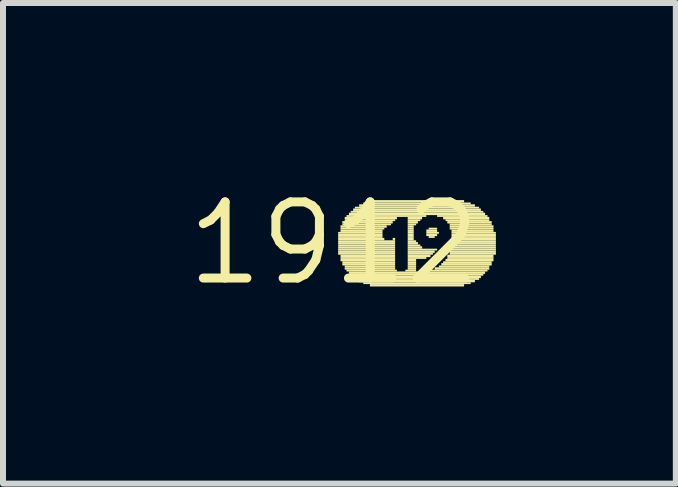
<source format=kicad_pcb>
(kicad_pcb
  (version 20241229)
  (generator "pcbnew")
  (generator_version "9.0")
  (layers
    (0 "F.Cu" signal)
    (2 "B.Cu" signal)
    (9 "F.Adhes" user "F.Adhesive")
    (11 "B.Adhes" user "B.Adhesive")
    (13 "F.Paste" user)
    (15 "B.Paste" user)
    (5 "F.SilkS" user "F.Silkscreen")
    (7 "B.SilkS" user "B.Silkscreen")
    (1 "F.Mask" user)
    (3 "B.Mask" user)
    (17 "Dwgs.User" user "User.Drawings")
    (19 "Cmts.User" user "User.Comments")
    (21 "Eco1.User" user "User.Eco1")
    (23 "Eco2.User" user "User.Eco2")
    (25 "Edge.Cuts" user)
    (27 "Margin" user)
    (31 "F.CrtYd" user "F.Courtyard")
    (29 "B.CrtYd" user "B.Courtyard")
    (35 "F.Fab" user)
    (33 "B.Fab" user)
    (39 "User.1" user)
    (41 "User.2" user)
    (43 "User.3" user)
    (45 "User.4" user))
  (footprint "1912"
    (layer "F.Cu")
    (at 2.517 1.006)
    (property "Reference" "1912" (at 0 0 0) (layer "F.SilkS") (effects (font (size 1.27 1.27) (thickness 0.15))))
    (fp_poly (pts (xy 0.07 -0.16) (xy 0.81 -0.16) (xy 0.81 -0.19) (xy 0.07 -0.19)) (stroke (width 0) (type default)) (fill yes) (layer "F.SilkS"))
    (fp_poly (pts (xy 0.07 -0.12) (xy 0.81 -0.12) (xy 0.81 -0.16) (xy 0.07 -0.16)) (stroke (width 0) (type default)) (fill yes) (layer "F.SilkS"))
    (fp_poly (pts (xy 0.07 -0.09) (xy 0.81 -0.09) (xy 0.81 -0.12) (xy 0.07 -0.12)) (stroke (width 0) (type default)) (fill yes) (layer "F.SilkS"))
    (fp_poly (pts (xy 0.07 -0.05) (xy 0.84 -0.05) (xy 0.84 -0.09) (xy 0.07 -0.09)) (stroke (width 0) (type default)) (fill yes) (layer "F.SilkS"))
    (fp_poly (pts (xy 0.07 -0.02) (xy 1.02 -0.02) (xy 1.02 -0.05) (xy 0.07 -0.05)) (stroke (width 0) (type default)) (fill yes) (layer "F.SilkS"))
    (fp_poly (pts (xy 0.07 0.02) (xy 1.02 0.02) (xy 1.02 -0.02) (xy 0.07 -0.02)) (stroke (width 0) (type default)) (fill yes) (layer "F.SilkS"))
    (fp_poly (pts (xy 0.07 0.05) (xy 1.02 0.05) (xy 1.02 0.02) (xy 0.07 0.02)) (stroke (width 0) (type default)) (fill yes) (layer "F.SilkS"))
    (fp_poly (pts (xy 0.07 0.09) (xy 1.02 0.09) (xy 1.02 0.05) (xy 0.07 0.05)) (stroke (width 0) (type default)) (fill yes) (layer "F.SilkS"))
    (fp_poly (pts (xy 0.07 0.12) (xy 1.02 0.12) (xy 1.02 0.09) (xy 0.07 0.09)) (stroke (width 0) (type default)) (fill yes) (layer "F.SilkS"))
    (fp_poly (pts (xy 0.07 0.16) (xy 1.02 0.16) (xy 1.02 0.12) (xy 0.07 0.12)) (stroke (width 0) (type default)) (fill yes) (layer "F.SilkS"))
    (fp_poly (pts (xy 0.07 0.19) (xy 1.02 0.19) (xy 1.02 0.16) (xy 0.07 0.16)) (stroke (width 0) (type default)) (fill yes) (layer "F.SilkS"))
    (fp_poly (pts (xy 0.11 -0.26) (xy 0.88 -0.26) (xy 0.88 -0.3) (xy 0.11 -0.3)) (stroke (width 0) (type default)) (fill yes) (layer "F.SilkS"))
    (fp_poly (pts (xy 0.11 -0.23) (xy 0.84 -0.23) (xy 0.84 -0.26) (xy 0.11 -0.26)) (stroke (width 0) (type default)) (fill yes) (layer "F.SilkS"))
    (fp_poly (pts (xy 0.11 -0.19) (xy 0.81 -0.19) (xy 0.81 -0.23) (xy 0.11 -0.23)) (stroke (width 0) (type default)) (fill yes) (layer "F.SilkS"))
    (fp_poly (pts (xy 0.11 0.23) (xy 1.02 0.23) (xy 1.02 0.19) (xy 0.11 0.19)) (stroke (width 0) (type default)) (fill yes) (layer "F.SilkS"))
    (fp_poly (pts (xy 0.11 0.26) (xy 1.02 0.26) (xy 1.02 0.23) (xy 0.11 0.23)) (stroke (width 0) (type default)) (fill yes) (layer "F.SilkS"))
    (fp_poly (pts (xy 0.11 0.3) (xy 1.02 0.3) (xy 1.02 0.26) (xy 0.11 0.26)) (stroke (width 0) (type default)) (fill yes) (layer "F.SilkS"))
    (fp_poly (pts (xy 0.14 -0.33) (xy 0.98 -0.33) (xy 0.98 -0.37) (xy 0.14 -0.37)) (stroke (width 0) (type default)) (fill yes) (layer "F.SilkS"))
    (fp_poly (pts (xy 0.14 -0.3) (xy 0.95 -0.3) (xy 0.95 -0.33) (xy 0.14 -0.33)) (stroke (width 0) (type default)) (fill yes) (layer "F.SilkS"))
    (fp_poly (pts (xy 0.14 0.33) (xy 1.02 0.33) (xy 1.02 0.3) (xy 0.14 0.3)) (stroke (width 0) (type default)) (fill yes) (layer "F.SilkS"))
    (fp_poly (pts (xy 0.14 0.37) (xy 1.02 0.37) (xy 1.02 0.33) (xy 0.14 0.33)) (stroke (width 0) (type default)) (fill yes) (layer "F.SilkS"))
    (fp_poly (pts (xy 0.18 -0.4) (xy 1.05 -0.4) (xy 1.05 -0.44) (xy 0.18 -0.44)) (stroke (width 0) (type default)) (fill yes) (layer "F.SilkS"))
    (fp_poly (pts (xy 0.18 -0.37) (xy 1.02 -0.37) (xy 1.02 -0.4) (xy 0.18 -0.4)) (stroke (width 0) (type default)) (fill yes) (layer "F.SilkS"))
    (fp_poly (pts (xy 0.18 0.4) (xy 1.02 0.4) (xy 1.02 0.37) (xy 0.18 0.37)) (stroke (width 0) (type default)) (fill yes) (layer "F.SilkS"))
    (fp_poly (pts (xy 0.18 0.44) (xy 1.02 0.44) (xy 1.02 0.4) (xy 0.18 0.4)) (stroke (width 0) (type default)) (fill yes) (layer "F.SilkS"))
    (fp_poly (pts (xy 0.21 -0.44) (xy 1.54 -0.44) (xy 1.54 -0.47) (xy 0.21 -0.47)) (stroke (width 0) (type default)) (fill yes) (layer "F.SilkS"))
    (fp_poly (pts (xy 0.21 0.47) (xy 1.05 0.47) (xy 1.05 0.44) (xy 0.21 0.44)) (stroke (width 0) (type default)) (fill yes) (layer "F.SilkS"))
    (fp_poly (pts (xy 0.25 -0.47) (xy 2.52 -0.47) (xy 2.52 -0.51) (xy 0.25 -0.51)) (stroke (width 0) (type default)) (fill yes) (layer "F.SilkS"))
    (fp_poly (pts (xy 0.25 0.51) (xy 2.52 0.51) (xy 2.52 0.47) (xy 0.25 0.47)) (stroke (width 0) (type default)) (fill yes) (layer "F.SilkS"))
    (fp_poly (pts (xy 0.28 -0.51) (xy 2.49 -0.51) (xy 2.49 -0.54) (xy 0.28 -0.54)) (stroke (width 0) (type default)) (fill yes) (layer "F.SilkS"))
    (fp_poly (pts (xy 0.28 0.54) (xy 2.49 0.54) (xy 2.49 0.51) (xy 0.28 0.51)) (stroke (width 0) (type default)) (fill yes) (layer "F.SilkS"))
    (fp_poly (pts (xy 0.32 -0.54) (xy 2.45 -0.54) (xy 2.45 -0.58) (xy 0.32 -0.58)) (stroke (width 0) (type default)) (fill yes) (layer "F.SilkS"))
    (fp_poly (pts (xy 0.32 0.58) (xy 2.45 0.58) (xy 2.45 0.54) (xy 0.32 0.54)) (stroke (width 0) (type default)) (fill yes) (layer "F.SilkS"))
    (fp_poly (pts (xy 0.35 -0.58) (xy 2.42 -0.58) (xy 2.42 -0.61) (xy 0.35 -0.61)) (stroke (width 0) (type default)) (fill yes) (layer "F.SilkS"))
    (fp_poly (pts (xy 0.35 0.61) (xy 2.42 0.61) (xy 2.42 0.58) (xy 0.35 0.58)) (stroke (width 0) (type default)) (fill yes) (layer "F.SilkS"))
    (fp_poly (pts (xy 0.42 -0.61) (xy 2.35 -0.61) (xy 2.35 -0.65) (xy 0.42 -0.65)) (stroke (width 0) (type default)) (fill yes) (layer "F.SilkS"))
    (fp_poly (pts (xy 0.42 0.65) (xy 2.35 0.65) (xy 2.35 0.61) (xy 0.42 0.61)) (stroke (width 0) (type default)) (fill yes) (layer "F.SilkS"))
    (fp_poly (pts (xy 0.49 -0.65) (xy 2.28 -0.65) (xy 2.28 -0.68) (xy 0.49 -0.68)) (stroke (width 0) (type default)) (fill yes) (layer "F.SilkS"))
    (fp_poly (pts (xy 0.49 0.68) (xy 2.28 0.68) (xy 2.28 0.65) (xy 0.49 0.65)) (stroke (width 0) (type default)) (fill yes) (layer "F.SilkS"))
    (fp_poly (pts (xy 0.6 -0.68) (xy 2.17 -0.68) (xy 2.17 -0.72) (xy 0.6 -0.72)) (stroke (width 0) (type default)) (fill yes) (layer "F.SilkS"))
    (fp_poly (pts (xy 0.6 0.72) (xy 2.17 0.72) (xy 2.17 0.68) (xy 0.6 0.68)) (stroke (width 0) (type default)) (fill yes) (layer "F.SilkS"))
    (fp_poly (pts (xy 0.98 -0.05) (xy 1.02 -0.05) (xy 1.02 -0.09) (xy 0.98 -0.09)) (stroke (width 0) (type default)) (fill yes) (layer "F.SilkS"))
    (fp_poly (pts (xy 1.19 0.47) (xy 1.37 0.47) (xy 1.37 0.44) (xy 1.19 0.44)) (stroke (width 0) (type default)) (fill yes) (layer "F.SilkS"))
    (fp_poly (pts (xy 1.23 -0.4) (xy 1.47 -0.4) (xy 1.47 -0.44) (xy 1.23 -0.44)) (stroke (width 0) (type default)) (fill yes) (layer "F.SilkS"))
    (fp_poly (pts (xy 1.23 -0.37) (xy 1.44 -0.37) (xy 1.44 -0.4) (xy 1.23 -0.4)) (stroke (width 0) (type default)) (fill yes) (layer "F.SilkS"))
    (fp_poly (pts (xy 1.23 -0.33) (xy 1.4 -0.33) (xy 1.4 -0.37) (xy 1.23 -0.37)) (stroke (width 0) (type default)) (fill yes) (layer "F.SilkS"))
    (fp_poly (pts (xy 1.23 -0.3) (xy 1.37 -0.3) (xy 1.37 -0.33) (xy 1.23 -0.33)) (stroke (width 0) (type default)) (fill yes) (layer "F.SilkS"))
    (fp_poly (pts (xy 1.23 -0.26) (xy 1.33 -0.26) (xy 1.33 -0.3) (xy 1.23 -0.3)) (stroke (width 0) (type default)) (fill yes) (layer "F.SilkS"))
    (fp_poly (pts (xy 1.23 -0.23) (xy 1.33 -0.23) (xy 1.33 -0.26) (xy 1.23 -0.26)) (stroke (width 0) (type default)) (fill yes) (layer "F.SilkS"))
    (fp_poly (pts (xy 1.23 -0.19) (xy 1.33 -0.19) (xy 1.33 -0.23) (xy 1.23 -0.23)) (stroke (width 0) (type default)) (fill yes) (layer "F.SilkS"))
    (fp_poly (pts (xy 1.23 -0.16) (xy 1.33 -0.16) (xy 1.33 -0.19) (xy 1.23 -0.19)) (stroke (width 0) (type default)) (fill yes) (layer "F.SilkS"))
    (fp_poly (pts (xy 1.23 -0.12) (xy 1.33 -0.12) (xy 1.33 -0.16) (xy 1.23 -0.16)) (stroke (width 0) (type default)) (fill yes) (layer "F.SilkS"))
    (fp_poly (pts (xy 1.23 -0.09) (xy 1.33 -0.09) (xy 1.33 -0.12) (xy 1.23 -0.12)) (stroke (width 0) (type default)) (fill yes) (layer "F.SilkS"))
    (fp_poly (pts (xy 1.23 -0.05) (xy 1.33 -0.05) (xy 1.33 -0.09) (xy 1.23 -0.09)) (stroke (width 0) (type default)) (fill yes) (layer "F.SilkS"))
    (fp_poly (pts (xy 1.23 -0.02) (xy 1.37 -0.02) (xy 1.37 -0.05) (xy 1.23 -0.05)) (stroke (width 0) (type default)) (fill yes) (layer "F.SilkS"))
    (fp_poly (pts (xy 1.23 0.02) (xy 1.4 0.02) (xy 1.4 -0.02) (xy 1.23 -0.02)) (stroke (width 0) (type default)) (fill yes) (layer "F.SilkS"))
    (fp_poly (pts (xy 1.23 0.05) (xy 1.44 0.05) (xy 1.44 0.02) (xy 1.23 0.02)) (stroke (width 0) (type default)) (fill yes) (layer "F.SilkS"))
    (fp_poly (pts (xy 1.23 0.09) (xy 1.47 0.09) (xy 1.47 0.05) (xy 1.23 0.05)) (stroke (width 0) (type default)) (fill yes) (layer "F.SilkS"))
    (fp_poly (pts (xy 1.23 0.12) (xy 1.72 0.12) (xy 1.72 0.09) (xy 1.23 0.09)) (stroke (width 0) (type default)) (fill yes) (layer "F.SilkS"))
    (fp_poly (pts (xy 1.23 0.16) (xy 1.68 0.16) (xy 1.68 0.12) (xy 1.23 0.12)) (stroke (width 0) (type default)) (fill yes) (layer "F.SilkS"))
    (fp_poly (pts (xy 1.23 0.19) (xy 1.65 0.19) (xy 1.65 0.16) (xy 1.23 0.16)) (stroke (width 0) (type default)) (fill yes) (layer "F.SilkS"))
    (fp_poly (pts (xy 1.23 0.23) (xy 1.61 0.23) (xy 1.61 0.19) (xy 1.23 0.19)) (stroke (width 0) (type default)) (fill yes) (layer "F.SilkS"))
    (fp_poly (pts (xy 1.23 0.26) (xy 1.54 0.26) (xy 1.54 0.23) (xy 1.23 0.23)) (stroke (width 0) (type default)) (fill yes) (layer "F.SilkS"))
    (fp_poly (pts (xy 1.23 0.3) (xy 1.37 0.3) (xy 1.37 0.26) (xy 1.23 0.26)) (stroke (width 0) (type default)) (fill yes) (layer "F.SilkS"))
    (fp_poly (pts (xy 1.23 0.33) (xy 1.37 0.33) (xy 1.37 0.3) (xy 1.23 0.3)) (stroke (width 0) (type default)) (fill yes) (layer "F.SilkS"))
    (fp_poly (pts (xy 1.23 0.37) (xy 1.37 0.37) (xy 1.37 0.33) (xy 1.23 0.33)) (stroke (width 0) (type default)) (fill yes) (layer "F.SilkS"))
    (fp_poly (pts (xy 1.23 0.4) (xy 1.37 0.4) (xy 1.37 0.37) (xy 1.23 0.37)) (stroke (width 0) (type default)) (fill yes) (layer "F.SilkS"))
    (fp_poly (pts (xy 1.23 0.44) (xy 1.37 0.44) (xy 1.37 0.4) (xy 1.23 0.4)) (stroke (width 0) (type default)) (fill yes) (layer "F.SilkS"))
    (fp_poly (pts (xy 1.54 -0.19) (xy 1.72 -0.19) (xy 1.72 -0.23) (xy 1.54 -0.23)) (stroke (width 0) (type default)) (fill yes) (layer "F.SilkS"))
    (fp_poly (pts (xy 1.54 -0.16) (xy 1.75 -0.16) (xy 1.75 -0.19) (xy 1.54 -0.19)) (stroke (width 0) (type default)) (fill yes) (layer "F.SilkS"))
    (fp_poly (pts (xy 1.54 -0.12) (xy 1.72 -0.12) (xy 1.72 -0.16) (xy 1.54 -0.16)) (stroke (width 0) (type default)) (fill yes) (layer "F.SilkS"))
    (fp_poly (pts (xy 1.58 -0.23) (xy 1.72 -0.23) (xy 1.72 -0.26) (xy 1.58 -0.26)) (stroke (width 0) (type default)) (fill yes) (layer "F.SilkS"))
    (fp_poly (pts (xy 1.58 -0.09) (xy 1.68 -0.09) (xy 1.68 -0.12) (xy 1.58 -0.12)) (stroke (width 0) (type default)) (fill yes) (layer "F.SilkS"))
    (fp_poly (pts (xy 1.61 0.47) (xy 2.56 0.47) (xy 2.56 0.44) (xy 1.61 0.44)) (stroke (width 0) (type default)) (fill yes) (layer "F.SilkS"))
    (fp_poly (pts (xy 1.68 0.44) (xy 2.59 0.44) (xy 2.59 0.4) (xy 1.68 0.4)) (stroke (width 0) (type default)) (fill yes) (layer "F.SilkS"))
    (fp_poly (pts (xy 1.72 -0.44) (xy 2.56 -0.44) (xy 2.56 -0.47) (xy 1.72 -0.47)) (stroke (width 0) (type default)) (fill yes) (layer "F.SilkS"))
    (fp_poly (pts (xy 1.75 0.4) (xy 2.59 0.4) (xy 2.59 0.37) (xy 1.75 0.37)) (stroke (width 0) (type default)) (fill yes) (layer "F.SilkS"))
    (fp_poly (pts (xy 1.79 0.37) (xy 2.63 0.37) (xy 2.63 0.33) (xy 1.79 0.33)) (stroke (width 0) (type default)) (fill yes) (layer "F.SilkS"))
    (fp_poly (pts (xy 1.82 -0.4) (xy 2.59 -0.4) (xy 2.59 -0.44) (xy 1.82 -0.44)) (stroke (width 0) (type default)) (fill yes) (layer "F.SilkS"))
    (fp_poly (pts (xy 1.82 0.33) (xy 2.63 0.33) (xy 2.63 0.3) (xy 1.82 0.3)) (stroke (width 0) (type default)) (fill yes) (layer "F.SilkS"))
    (fp_poly (pts (xy 1.86 -0.37) (xy 2.59 -0.37) (xy 2.59 -0.4) (xy 1.86 -0.4)) (stroke (width 0) (type default)) (fill yes) (layer "F.SilkS"))
    (fp_poly (pts (xy 1.86 0.3) (xy 2.66 0.3) (xy 2.66 0.26) (xy 1.86 0.26)) (stroke (width 0) (type default)) (fill yes) (layer "F.SilkS"))
    (fp_poly (pts (xy 1.89 -0.33) (xy 2.63 -0.33) (xy 2.63 -0.37) (xy 1.89 -0.37)) (stroke (width 0) (type default)) (fill yes) (layer "F.SilkS"))
    (fp_poly (pts (xy 1.89 0.23) (xy 2.66 0.23) (xy 2.66 0.19) (xy 1.89 0.19)) (stroke (width 0) (type default)) (fill yes) (layer "F.SilkS"))
    (fp_poly (pts (xy 1.89 0.26) (xy 2.66 0.26) (xy 2.66 0.23) (xy 1.89 0.23)) (stroke (width 0) (type default)) (fill yes) (layer "F.SilkS"))
    (fp_poly (pts (xy 1.93 -0.3) (xy 2.63 -0.3) (xy 2.63 -0.33) (xy 1.93 -0.33)) (stroke (width 0) (type default)) (fill yes) (layer "F.SilkS"))
    (fp_poly (pts (xy 1.93 -0.26) (xy 2.66 -0.26) (xy 2.66 -0.3) (xy 1.93 -0.3)) (stroke (width 0) (type default)) (fill yes) (layer "F.SilkS"))
    (fp_poly (pts (xy 1.93 -0.23) (xy 2.66 -0.23) (xy 2.66 -0.26) (xy 1.93 -0.26)) (stroke (width 0) (type default)) (fill yes) (layer "F.SilkS"))
    (fp_poly (pts (xy 1.93 0.12) (xy 2.7 0.12) (xy 2.7 0.09) (xy 1.93 0.09)) (stroke (width 0) (type default)) (fill yes) (layer "F.SilkS"))
    (fp_poly (pts (xy 1.93 0.16) (xy 2.7 0.16) (xy 2.7 0.12) (xy 1.93 0.12)) (stroke (width 0) (type default)) (fill yes) (layer "F.SilkS"))
    (fp_poly (pts (xy 1.93 0.19) (xy 2.7 0.19) (xy 2.7 0.16) (xy 1.93 0.16)) (stroke (width 0) (type default)) (fill yes) (layer "F.SilkS"))
    (fp_poly (pts (xy 1.96 -0.19) (xy 2.66 -0.19) (xy 2.66 -0.23) (xy 1.96 -0.23)) (stroke (width 0) (type default)) (fill yes) (layer "F.SilkS"))
    (fp_poly (pts (xy 1.96 -0.16) (xy 2.7 -0.16) (xy 2.7 -0.19) (xy 1.96 -0.19)) (stroke (width 0) (type default)) (fill yes) (layer "F.SilkS"))
    (fp_poly (pts (xy 1.96 -0.12) (xy 2.7 -0.12) (xy 2.7 -0.16) (xy 1.96 -0.16)) (stroke (width 0) (type default)) (fill yes) (layer "F.SilkS"))
    (fp_poly (pts (xy 1.96 -0.09) (xy 2.7 -0.09) (xy 2.7 -0.12) (xy 1.96 -0.12)) (stroke (width 0) (type default)) (fill yes) (layer "F.SilkS"))
    (fp_poly (pts (xy 1.96 -0.05) (xy 2.7 -0.05) (xy 2.7 -0.09) (xy 1.96 -0.09)) (stroke (width 0) (type default)) (fill yes) (layer "F.SilkS"))
    (fp_poly (pts (xy 1.96 -0.02) (xy 2.7 -0.02) (xy 2.7 -0.05) (xy 1.96 -0.05)) (stroke (width 0) (type default)) (fill yes) (layer "F.SilkS"))
    (fp_poly (pts (xy 1.96 0.02) (xy 2.7 0.02) (xy 2.7 -0.02) (xy 1.96 -0.02)) (stroke (width 0) (type default)) (fill yes) (layer "F.SilkS"))
    (fp_poly (pts (xy 1.96 0.05) (xy 2.7 0.05) (xy 2.7 0.02) (xy 1.96 0.02)) (stroke (width 0) (type default)) (fill yes) (layer "F.SilkS"))
    (fp_poly (pts (xy 1.96 0.09) (xy 2.7 0.09) (xy 2.7 0.05) (xy 1.96 0.05)) (stroke (width 0) (type default)) (fill yes) (layer "F.SilkS")))
  (gr_rect
    (start -3 -3)
    (end 8.217 5.012)
    (stroke (width 0.1) (type default))
    (fill no)
    (layer "Edge.Cuts")))
</source>
